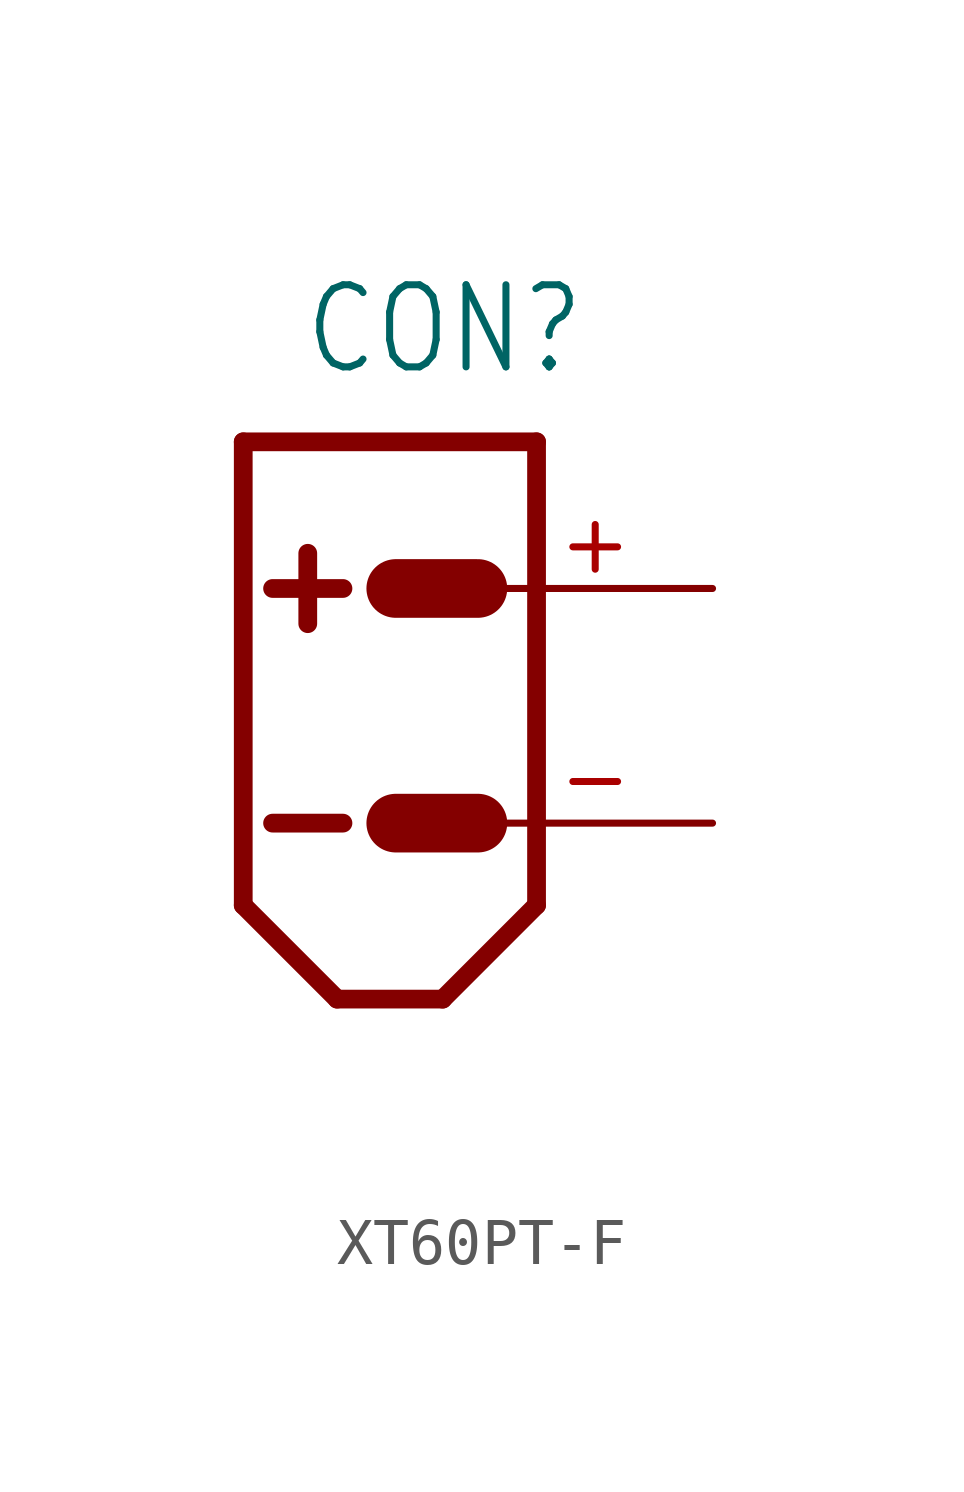
<source format=kicad_sym>
(kicad_symbol_lib
  (version 20220914)
  (generator kicad_symbol_editor)
  (symbol "XT60PT-F"
    (property "Reference" "CON"
      (at -3.81 7.112 0)
      (effects (font (size 1.778 1.511)) (justify left bottom)))
    (property "Value" ""
      (at -3.81 -8.89 0)
      (effects (font (size 1.778 1.511)) (justify left bottom)))
    (property "ki_locked" ""
      (at 0 0 0)
      (effects (font (size 1.27 1.27))))
    (symbol "XT60PT-F_1_0"
      (polyline (pts (xy -5.08 -4.318) (xy -3.048 -6.35)) (stroke (width 0.406) (type solid)) (fill (type none)))
      (polyline (pts (xy -5.08 5.715) (xy -5.08 -4.318)) (stroke (width 0.406) (type solid)) (fill (type none)))
      (polyline (pts (xy -5.08 5.715) (xy 1.27 5.715)) (stroke (width 0.406) (type solid)) (fill (type none)))
      (polyline (pts (xy -4.445 -2.54) (xy -2.921 -2.54)) (stroke (width 0.406) (type solid)) (fill (type none)))
      (polyline (pts (xy -4.445 2.54) (xy -2.921 2.54)) (stroke (width 0.406) (type solid)) (fill (type none)))
      (polyline (pts (xy -3.683 3.302) (xy -3.683 1.778)) (stroke (width 0.406) (type solid)) (fill (type none)))
      (polyline (pts (xy -3.048 -6.35) (xy -0.762 -6.35)) (stroke (width 0.406) (type solid)) (fill (type none)))
      (polyline (pts (xy -0.762 -6.35) (xy 1.27 -4.318)) (stroke (width 0.406) (type solid)) (fill (type none)))
      (polyline (pts (xy 0 -2.54) (xy -1.778 -2.54)) (stroke (width 1.27) (type solid)) (fill (type none)))
      (polyline (pts (xy 0 2.54) (xy -1.778 2.54)) (stroke (width 1.27) (type solid)) (fill (type none)))
      (polyline (pts (xy 1.27 -4.318) (xy 1.27 5.715)) (stroke (width 0.406) (type solid)) (fill (type none)))
      (pin power_in line (at 5.08 2.54 180) (length 5.08) (name "+" (effects (font (size 0 0)))) (number "+" (effects (font (size 1.27 1.27)))))
      (pin power_in line (at 5.08 -2.54 180) (length 5.08) (name "-" (effects (font (size 0 0)))) (number "-" (effects (font (size 1.27 1.27))))))))
</source>
